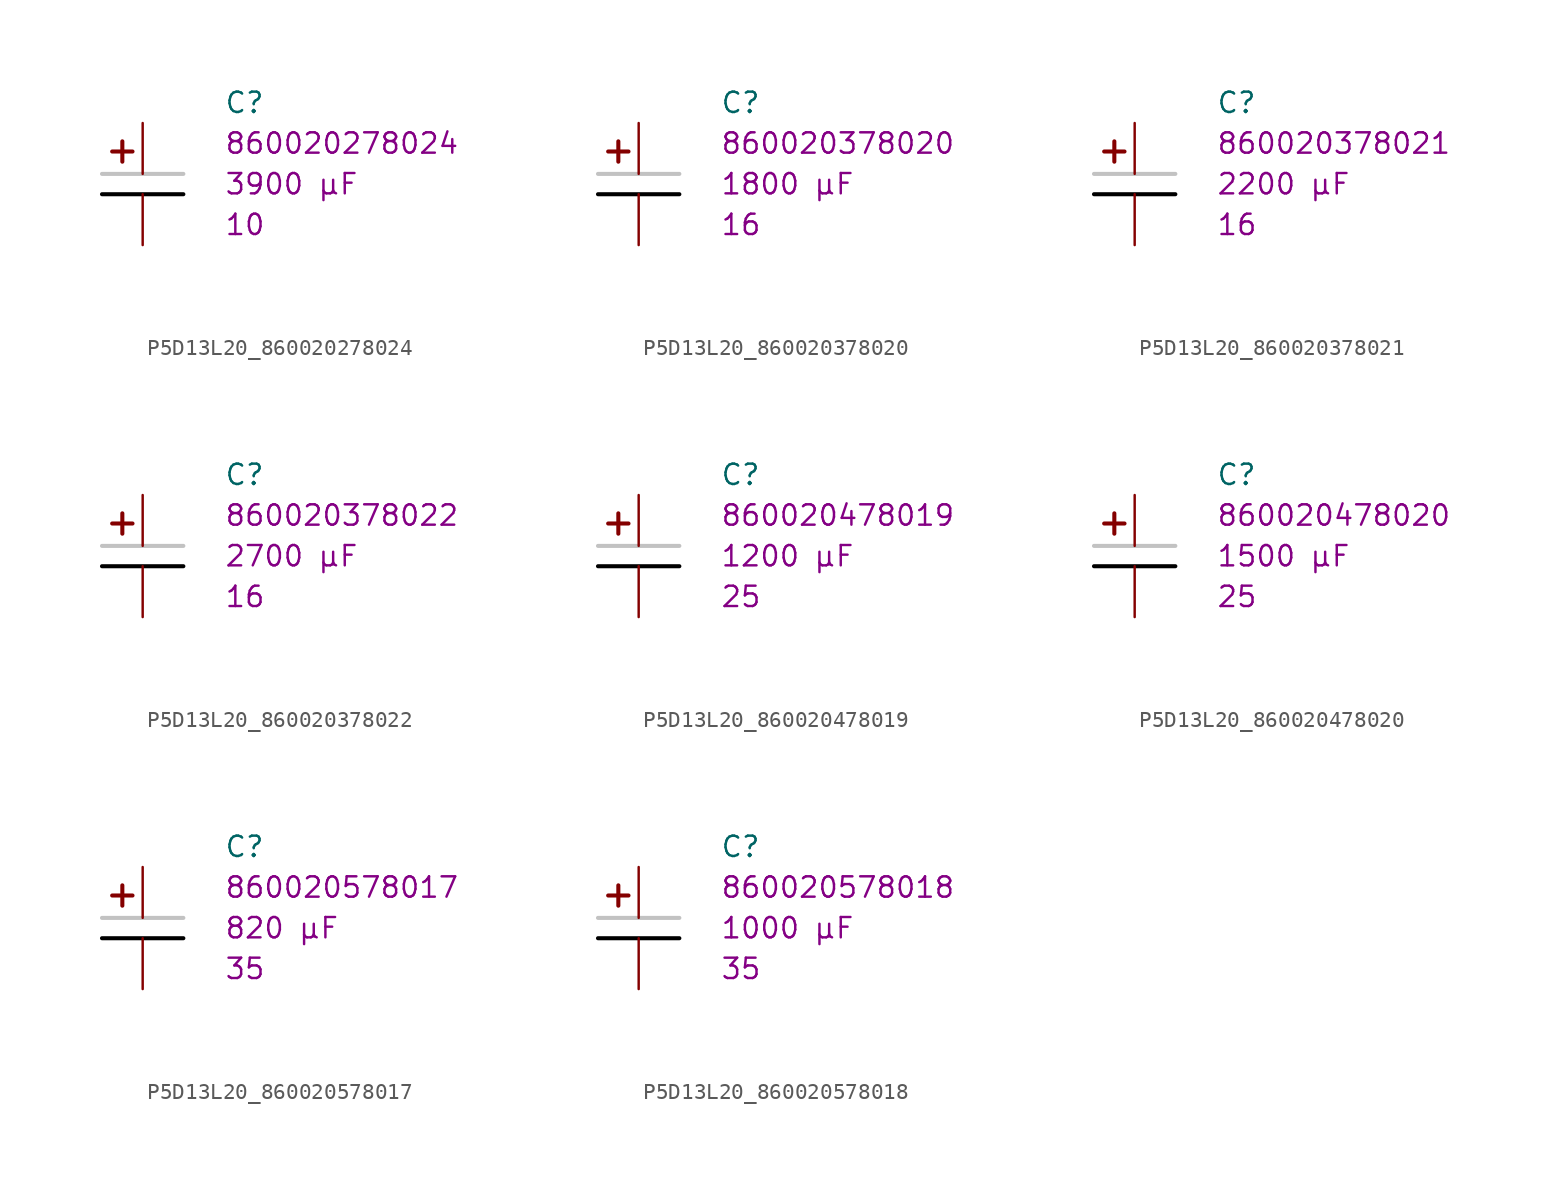
<source format=kicad_sym>
(kicad_symbol_lib
  (version 20220914)
  (generator kicad_symbol_editor)
  (symbol "P5D13L20_860020278024"
    (pin_numbers hide)
    (pin_names hide)
    (property "Reference" "C"
      (at 5.08 5.08 0)
      (effects (font (size 1.27 1.27)) (justify left)))
    (property "Part Number" "860020278024"
      (at 5.08 2.54 0)
      (effects (font (size 1.27 1.27)) (justify left)))
    (property "Capacitance" "3900 µF"
      (at 5.08 0 0)
      (effects (font (size 1.27 1.27)) (justify left)))
    (property "Voltage" "10"
      (at 5.08 -2.54 0)
      (effects (font (size 1.27 1.27)) (justify left)))
    (property "Critical Parameter" ""
      (at 0 -7.62 0)
      (effects (font (size 1.27 1.27))))
    (symbol "P5D13L20_860020278024_1_1"
      (polyline (pts (xy -1.27 2.667) (xy -1.27 1.397)) (stroke (width 0.254) (type default)) (fill (type none)))
      (polyline (pts (xy -0.635 2.032) (xy -1.905 2.032)) (stroke (width 0.254) (type default)) (fill (type none)))
      (polyline (pts (xy 2.54 -0.635) (xy -2.54 -0.635)) (stroke (width 0.254) (type default) (color 0 0 0 1)) (fill (type none)))
      (polyline (pts (xy 2.54 0.635) (xy -2.54 0.635)) (stroke (width 0.254) (type default) (color 194 194 194 1)) (fill (type none)))
      (pin passive line (at 0 3.81 270) (length 3.175) (name "1" (effects (font (size 1.27 1.27)))) (number "1" (effects (font (size 1.27 1.27)))))
      (pin passive line (at 0 -3.81 90) (length 3.175) (name "2" (effects (font (size 1.27 1.27)))) (number "2" (effects (font (size 1.27 1.27)))))))
  (symbol "P5D13L20_860020378020"
    (pin_numbers hide)
    (pin_names hide)
    (property "Reference" "C"
      (at 5.08 5.08 0)
      (effects (font (size 1.27 1.27)) (justify left)))
    (property "Part Number" "860020378020"
      (at 5.08 2.54 0)
      (effects (font (size 1.27 1.27)) (justify left)))
    (property "Capacitance" "1800 µF"
      (at 5.08 0 0)
      (effects (font (size 1.27 1.27)) (justify left)))
    (property "Voltage" "16"
      (at 5.08 -2.54 0)
      (effects (font (size 1.27 1.27)) (justify left)))
    (property "Critical Parameter" ""
      (at 0 -7.62 0)
      (effects (font (size 1.27 1.27))))
    (symbol "P5D13L20_860020378020_1_1"
      (polyline (pts (xy -1.27 2.667) (xy -1.27 1.397)) (stroke (width 0.254) (type default)) (fill (type none)))
      (polyline (pts (xy -0.635 2.032) (xy -1.905 2.032)) (stroke (width 0.254) (type default)) (fill (type none)))
      (polyline (pts (xy 2.54 -0.635) (xy -2.54 -0.635)) (stroke (width 0.254) (type default) (color 0 0 0 1)) (fill (type none)))
      (polyline (pts (xy 2.54 0.635) (xy -2.54 0.635)) (stroke (width 0.254) (type default) (color 194 194 194 1)) (fill (type none)))
      (pin passive line (at 0 3.81 270) (length 3.175) (name "1" (effects (font (size 1.27 1.27)))) (number "1" (effects (font (size 1.27 1.27)))))
      (pin passive line (at 0 -3.81 90) (length 3.175) (name "2" (effects (font (size 1.27 1.27)))) (number "2" (effects (font (size 1.27 1.27)))))))
  (symbol "P5D13L20_860020378021"
    (pin_numbers hide)
    (pin_names hide)
    (property "Reference" "C"
      (at 5.08 5.08 0)
      (effects (font (size 1.27 1.27)) (justify left)))
    (property "Part Number" "860020378021"
      (at 5.08 2.54 0)
      (effects (font (size 1.27 1.27)) (justify left)))
    (property "Capacitance" "2200 µF"
      (at 5.08 0 0)
      (effects (font (size 1.27 1.27)) (justify left)))
    (property "Voltage" "16"
      (at 5.08 -2.54 0)
      (effects (font (size 1.27 1.27)) (justify left)))
    (property "Critical Parameter" ""
      (at 0 -7.62 0)
      (effects (font (size 1.27 1.27))))
    (symbol "P5D13L20_860020378021_1_1"
      (polyline (pts (xy -1.27 2.667) (xy -1.27 1.397)) (stroke (width 0.254) (type default)) (fill (type none)))
      (polyline (pts (xy -0.635 2.032) (xy -1.905 2.032)) (stroke (width 0.254) (type default)) (fill (type none)))
      (polyline (pts (xy 2.54 -0.635) (xy -2.54 -0.635)) (stroke (width 0.254) (type default) (color 0 0 0 1)) (fill (type none)))
      (polyline (pts (xy 2.54 0.635) (xy -2.54 0.635)) (stroke (width 0.254) (type default) (color 194 194 194 1)) (fill (type none)))
      (pin passive line (at 0 3.81 270) (length 3.175) (name "1" (effects (font (size 1.27 1.27)))) (number "1" (effects (font (size 1.27 1.27)))))
      (pin passive line (at 0 -3.81 90) (length 3.175) (name "2" (effects (font (size 1.27 1.27)))) (number "2" (effects (font (size 1.27 1.27)))))))
  (symbol "P5D13L20_860020378022"
    (pin_numbers hide)
    (pin_names hide)
    (property "Reference" "C"
      (at 5.08 5.08 0)
      (effects (font (size 1.27 1.27)) (justify left)))
    (property "Part Number" "860020378022"
      (at 5.08 2.54 0)
      (effects (font (size 1.27 1.27)) (justify left)))
    (property "Capacitance" "2700 µF"
      (at 5.08 0 0)
      (effects (font (size 1.27 1.27)) (justify left)))
    (property "Voltage" "16"
      (at 5.08 -2.54 0)
      (effects (font (size 1.27 1.27)) (justify left)))
    (property "Critical Parameter" ""
      (at 0 -7.62 0)
      (effects (font (size 1.27 1.27))))
    (symbol "P5D13L20_860020378022_1_1"
      (polyline (pts (xy -1.27 2.667) (xy -1.27 1.397)) (stroke (width 0.254) (type default)) (fill (type none)))
      (polyline (pts (xy -0.635 2.032) (xy -1.905 2.032)) (stroke (width 0.254) (type default)) (fill (type none)))
      (polyline (pts (xy 2.54 -0.635) (xy -2.54 -0.635)) (stroke (width 0.254) (type default) (color 0 0 0 1)) (fill (type none)))
      (polyline (pts (xy 2.54 0.635) (xy -2.54 0.635)) (stroke (width 0.254) (type default) (color 194 194 194 1)) (fill (type none)))
      (pin passive line (at 0 3.81 270) (length 3.175) (name "1" (effects (font (size 1.27 1.27)))) (number "1" (effects (font (size 1.27 1.27)))))
      (pin passive line (at 0 -3.81 90) (length 3.175) (name "2" (effects (font (size 1.27 1.27)))) (number "2" (effects (font (size 1.27 1.27)))))))
  (symbol "P5D13L20_860020478019"
    (pin_numbers hide)
    (pin_names hide)
    (property "Reference" "C"
      (at 5.08 5.08 0)
      (effects (font (size 1.27 1.27)) (justify left)))
    (property "Part Number" "860020478019"
      (at 5.08 2.54 0)
      (effects (font (size 1.27 1.27)) (justify left)))
    (property "Capacitance" "1200 µF"
      (at 5.08 0 0)
      (effects (font (size 1.27 1.27)) (justify left)))
    (property "Voltage" "25"
      (at 5.08 -2.54 0)
      (effects (font (size 1.27 1.27)) (justify left)))
    (property "Critical Parameter" ""
      (at 0 -7.62 0)
      (effects (font (size 1.27 1.27))))
    (symbol "P5D13L20_860020478019_1_1"
      (polyline (pts (xy -1.27 2.667) (xy -1.27 1.397)) (stroke (width 0.254) (type default)) (fill (type none)))
      (polyline (pts (xy -0.635 2.032) (xy -1.905 2.032)) (stroke (width 0.254) (type default)) (fill (type none)))
      (polyline (pts (xy 2.54 -0.635) (xy -2.54 -0.635)) (stroke (width 0.254) (type default) (color 0 0 0 1)) (fill (type none)))
      (polyline (pts (xy 2.54 0.635) (xy -2.54 0.635)) (stroke (width 0.254) (type default) (color 194 194 194 1)) (fill (type none)))
      (pin passive line (at 0 3.81 270) (length 3.175) (name "1" (effects (font (size 1.27 1.27)))) (number "1" (effects (font (size 1.27 1.27)))))
      (pin passive line (at 0 -3.81 90) (length 3.175) (name "2" (effects (font (size 1.27 1.27)))) (number "2" (effects (font (size 1.27 1.27)))))))
  (symbol "P5D13L20_860020478020"
    (pin_numbers hide)
    (pin_names hide)
    (property "Reference" "C"
      (at 5.08 5.08 0)
      (effects (font (size 1.27 1.27)) (justify left)))
    (property "Part Number" "860020478020"
      (at 5.08 2.54 0)
      (effects (font (size 1.27 1.27)) (justify left)))
    (property "Capacitance" "1500 µF"
      (at 5.08 0 0)
      (effects (font (size 1.27 1.27)) (justify left)))
    (property "Voltage" "25"
      (at 5.08 -2.54 0)
      (effects (font (size 1.27 1.27)) (justify left)))
    (property "Critical Parameter" ""
      (at 0 -7.62 0)
      (effects (font (size 1.27 1.27))))
    (symbol "P5D13L20_860020478020_1_1"
      (polyline (pts (xy -1.27 2.667) (xy -1.27 1.397)) (stroke (width 0.254) (type default)) (fill (type none)))
      (polyline (pts (xy -0.635 2.032) (xy -1.905 2.032)) (stroke (width 0.254) (type default)) (fill (type none)))
      (polyline (pts (xy 2.54 -0.635) (xy -2.54 -0.635)) (stroke (width 0.254) (type default) (color 0 0 0 1)) (fill (type none)))
      (polyline (pts (xy 2.54 0.635) (xy -2.54 0.635)) (stroke (width 0.254) (type default) (color 194 194 194 1)) (fill (type none)))
      (pin passive line (at 0 3.81 270) (length 3.175) (name "1" (effects (font (size 1.27 1.27)))) (number "1" (effects (font (size 1.27 1.27)))))
      (pin passive line (at 0 -3.81 90) (length 3.175) (name "2" (effects (font (size 1.27 1.27)))) (number "2" (effects (font (size 1.27 1.27)))))))
  (symbol "P5D13L20_860020578017"
    (pin_numbers hide)
    (pin_names hide)
    (property "Reference" "C"
      (at 5.08 5.08 0)
      (effects (font (size 1.27 1.27)) (justify left)))
    (property "Part Number" "860020578017"
      (at 5.08 2.54 0)
      (effects (font (size 1.27 1.27)) (justify left)))
    (property "Capacitance" "820 µF"
      (at 5.08 0 0)
      (effects (font (size 1.27 1.27)) (justify left)))
    (property "Voltage" "35"
      (at 5.08 -2.54 0)
      (effects (font (size 1.27 1.27)) (justify left)))
    (property "Critical Parameter" ""
      (at 0 -7.62 0)
      (effects (font (size 1.27 1.27))))
    (symbol "P5D13L20_860020578017_1_1"
      (polyline (pts (xy -1.27 2.667) (xy -1.27 1.397)) (stroke (width 0.254) (type default)) (fill (type none)))
      (polyline (pts (xy -0.635 2.032) (xy -1.905 2.032)) (stroke (width 0.254) (type default)) (fill (type none)))
      (polyline (pts (xy 2.54 -0.635) (xy -2.54 -0.635)) (stroke (width 0.254) (type default) (color 0 0 0 1)) (fill (type none)))
      (polyline (pts (xy 2.54 0.635) (xy -2.54 0.635)) (stroke (width 0.254) (type default) (color 194 194 194 1)) (fill (type none)))
      (pin passive line (at 0 3.81 270) (length 3.175) (name "1" (effects (font (size 1.27 1.27)))) (number "1" (effects (font (size 1.27 1.27)))))
      (pin passive line (at 0 -3.81 90) (length 3.175) (name "2" (effects (font (size 1.27 1.27)))) (number "2" (effects (font (size 1.27 1.27)))))))
  (symbol "P5D13L20_860020578018"
    (pin_numbers hide)
    (pin_names hide)
    (property "Reference" "C"
      (at 5.08 5.08 0)
      (effects (font (size 1.27 1.27)) (justify left)))
    (property "Part Number" "860020578018"
      (at 5.08 2.54 0)
      (effects (font (size 1.27 1.27)) (justify left)))
    (property "Capacitance" "1000 µF"
      (at 5.08 0 0)
      (effects (font (size 1.27 1.27)) (justify left)))
    (property "Voltage" "35"
      (at 5.08 -2.54 0)
      (effects (font (size 1.27 1.27)) (justify left)))
    (property "Critical Parameter" ""
      (at 0 -7.62 0)
      (effects (font (size 1.27 1.27))))
    (symbol "P5D13L20_860020578018_1_1"
      (polyline (pts (xy -1.27 2.667) (xy -1.27 1.397)) (stroke (width 0.254) (type default)) (fill (type none)))
      (polyline (pts (xy -0.635 2.032) (xy -1.905 2.032)) (stroke (width 0.254) (type default)) (fill (type none)))
      (polyline (pts (xy 2.54 -0.635) (xy -2.54 -0.635)) (stroke (width 0.254) (type default) (color 0 0 0 1)) (fill (type none)))
      (polyline (pts (xy 2.54 0.635) (xy -2.54 0.635)) (stroke (width 0.254) (type default) (color 194 194 194 1)) (fill (type none)))
      (pin passive line (at 0 3.81 270) (length 3.175) (name "1" (effects (font (size 1.27 1.27)))) (number "1" (effects (font (size 1.27 1.27)))))
      (pin passive line (at 0 -3.81 90) (length 3.175) (name "2" (effects (font (size 1.27 1.27)))) (number "2" (effects (font (size 1.27 1.27))))))))
</source>
